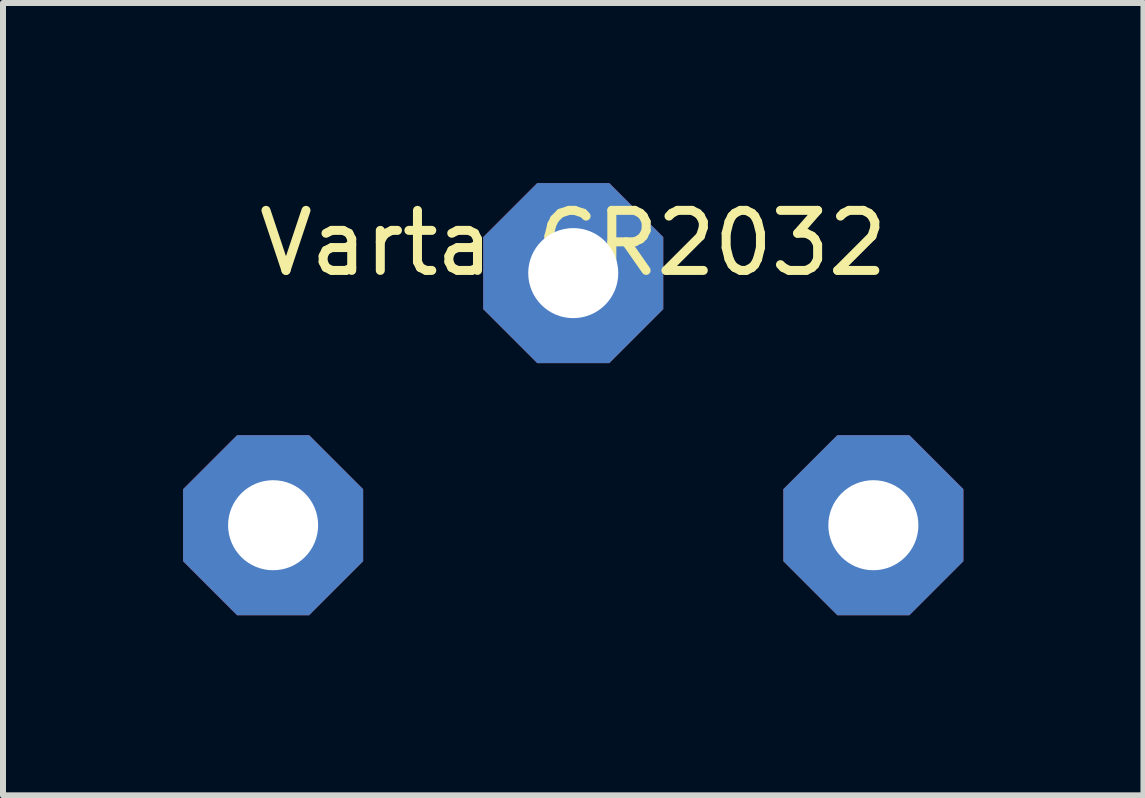
<source format=kicad_pcb>
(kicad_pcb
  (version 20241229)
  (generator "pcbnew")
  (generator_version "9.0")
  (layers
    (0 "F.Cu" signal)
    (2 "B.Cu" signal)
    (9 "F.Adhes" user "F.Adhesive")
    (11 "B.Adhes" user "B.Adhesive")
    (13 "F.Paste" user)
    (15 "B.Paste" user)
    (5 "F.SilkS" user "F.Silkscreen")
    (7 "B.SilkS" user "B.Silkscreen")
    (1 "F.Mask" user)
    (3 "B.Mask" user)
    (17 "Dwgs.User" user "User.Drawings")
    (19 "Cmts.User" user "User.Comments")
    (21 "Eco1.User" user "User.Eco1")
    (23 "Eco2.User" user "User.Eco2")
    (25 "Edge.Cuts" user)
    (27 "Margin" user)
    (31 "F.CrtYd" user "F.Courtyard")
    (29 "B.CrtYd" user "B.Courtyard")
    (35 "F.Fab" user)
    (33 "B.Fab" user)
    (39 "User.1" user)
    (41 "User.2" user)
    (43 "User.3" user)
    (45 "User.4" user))
  (footprint "Varta CR2032"
    (layer "F.Cu")
    (at 6.5 1.5)
    (property "Reference" "Varta CR2032" (at 0 -0.5 0) (unlocked yes) (layer "F.SilkS") (effects (font (size 1 1) (thickness 0.15))))
    (attr through_hole)
    (pad "1" thru_hole roundrect (at -5 4.2) (size 3 3) (drill 1.5) (layers "*.Cu" "*.Mask") (roundrect_rratio 0) (chamfer_ratio 0.3) (chamfer top_left top_right bottom_left bottom_right))
    (pad "1" thru_hole roundrect (at 5 4.2) (size 3 3) (drill 1.5) (layers "*.Cu" "*.Mask") (roundrect_rratio 0) (chamfer_ratio 0.3) (chamfer top_left top_right bottom_left bottom_right))
    (pad "2" thru_hole roundrect (at 0 0) (size 3 3) (drill 1.5) (layers "*.Cu" "*.Mask") (roundrect_rratio 0) (chamfer_ratio 0.3) (chamfer top_left top_right bottom_left bottom_right)))
  (gr_rect
    (start -3 -3)
    (end 16 10.2)
    (stroke (width 0.1) (type default))
    (fill no)
    (layer "Edge.Cuts")))
</source>
